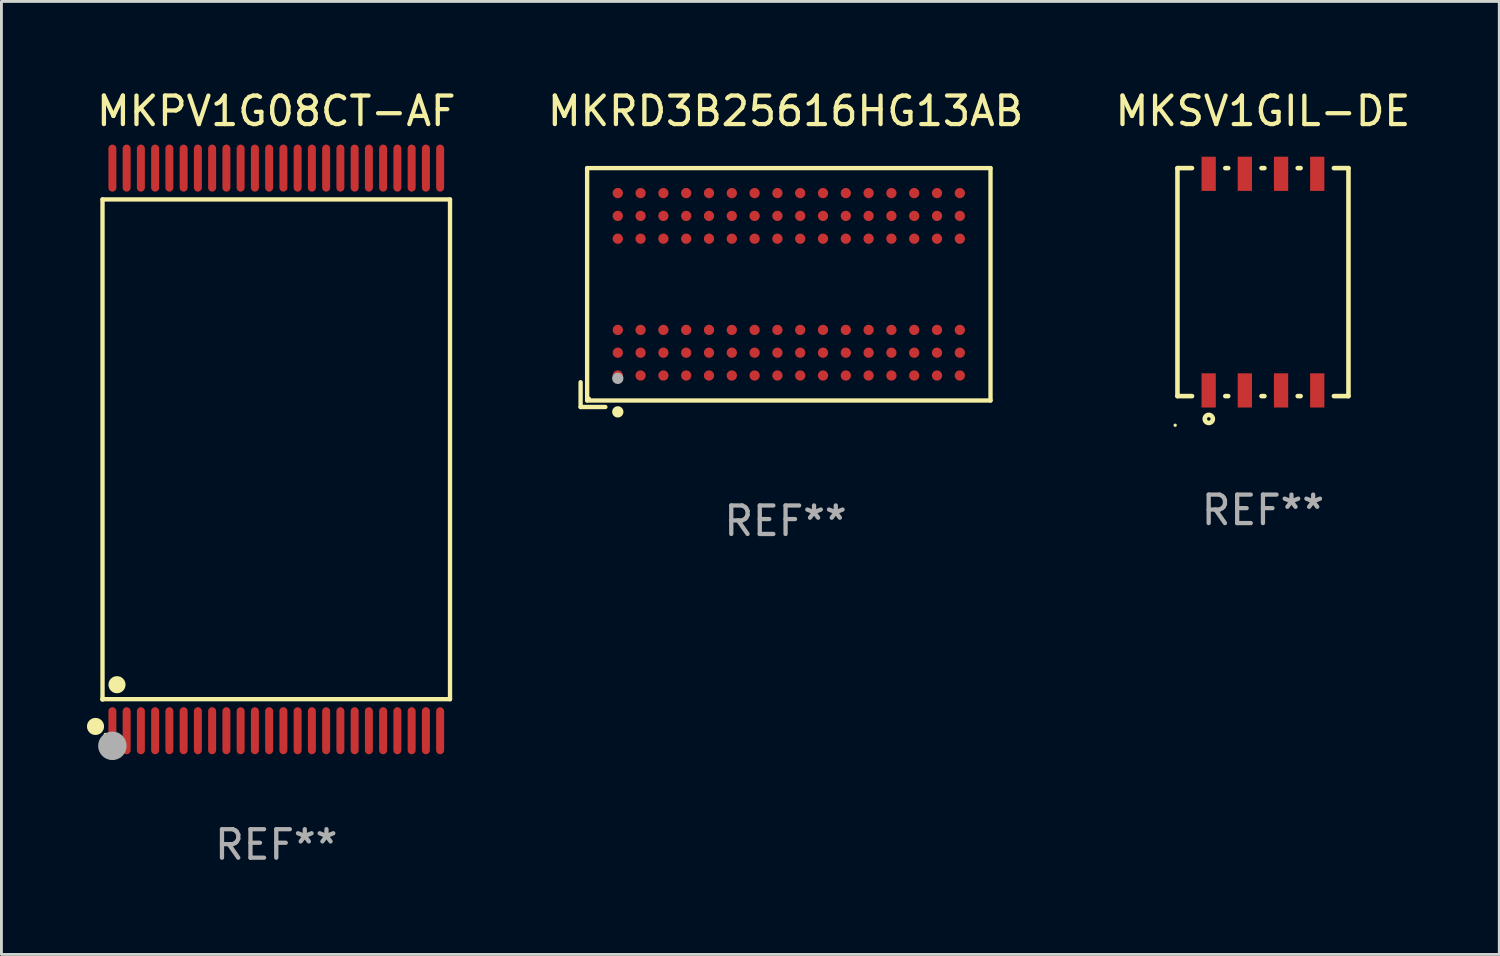
<source format=kicad_pcb>
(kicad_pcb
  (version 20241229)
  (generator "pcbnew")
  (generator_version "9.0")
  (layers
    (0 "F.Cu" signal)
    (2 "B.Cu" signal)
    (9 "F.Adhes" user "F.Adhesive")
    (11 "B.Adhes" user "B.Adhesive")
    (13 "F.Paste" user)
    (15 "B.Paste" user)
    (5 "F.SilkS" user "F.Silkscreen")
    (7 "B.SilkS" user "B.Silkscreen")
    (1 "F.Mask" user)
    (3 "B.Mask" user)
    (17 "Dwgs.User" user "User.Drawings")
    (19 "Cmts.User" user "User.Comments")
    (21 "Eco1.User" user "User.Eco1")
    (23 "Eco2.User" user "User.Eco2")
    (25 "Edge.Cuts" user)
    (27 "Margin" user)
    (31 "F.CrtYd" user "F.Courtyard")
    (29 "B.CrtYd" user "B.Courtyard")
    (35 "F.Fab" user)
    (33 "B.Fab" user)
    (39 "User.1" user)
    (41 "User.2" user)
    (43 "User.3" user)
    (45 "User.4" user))
  (footprint "MKRD3B25616HG13AB"
    (layer "F.Cu")
    (at 24.512 7.039)
    (property "Reference" "MKRD3B25616HG13AB" (at 0 -6.191 0) (layer "F.SilkS") (effects (font (size 1 1) (thickness 0.15))))
    (attr through_hole)
    (fp_line (start -7.191 3.322) (end -7.191 4.191) (stroke (width 0.152) (type solid)) (layer "F.SilkS"))
    (fp_line (start -7.191 4.191) (end -6.322 4.191) (stroke (width 0.152) (type solid)) (layer "F.SilkS"))
    (fp_line (start -6.962 -4.191) (end 7.191 -4.191) (stroke (width 0.152) (type solid)) (layer "F.SilkS"))
    (fp_line (start -6.962 3.962) (end -6.962 -4.191) (stroke (width 0.152) (type solid)) (layer "F.SilkS"))
    (fp_line (start 7.191 -4.191) (end 7.191 3.962) (stroke (width 0.152) (type solid)) (layer "F.SilkS"))
    (fp_line (start 7.191 3.962) (end -6.962 3.962) (stroke (width 0.152) (type solid)) (layer "F.SilkS"))
    (fp_circle (center -6.886 3.886) (end -6.856 3.886) (stroke (width 0.06) (type solid)) (fill no) (layer "F.SilkS"))
    (fp_circle (center -5.886 4.362) (end -5.786 4.362) (stroke (width 0.2) (type solid)) (fill no) (layer "F.SilkS"))
    (fp_circle (center -5.886 3.186) (end -5.786 3.186) (stroke (width 0.2) (type solid)) (fill no) (layer "F.Fab"))
    (fp_text user "REF**" (at 0 8.191 0) (layer "F.Fab") (effects (font (size 1 1) (thickness 0.15))))
    (pad "A1" smd circle (at -5.886 3.086) (size 0.36 0.36) (layers "F.Cu" "F.Mask" "F.Paste"))
    (pad "A2" smd circle (at -5.886 2.286) (size 0.36 0.36) (layers "F.Cu" "F.Mask" "F.Paste"))
    (pad "A3" smd circle (at -5.886 1.486) (size 0.36 0.36) (layers "F.Cu" "F.Mask" "F.Paste"))
    (pad "A7" smd circle (at -5.886 -1.714) (size 0.36 0.36) (layers "F.Cu" "F.Mask" "F.Paste"))
    (pad "A8" smd circle (at -5.886 -2.514) (size 0.36 0.36) (layers "F.Cu" "F.Mask" "F.Paste"))
    (pad "A9" smd circle (at -5.886 -3.314) (size 0.36 0.36) (layers "F.Cu" "F.Mask" "F.Paste"))
    (pad "B1" smd circle (at -5.086 3.086) (size 0.36 0.36) (layers "F.Cu" "F.Mask" "F.Paste"))
    (pad "B2" smd circle (at -5.086 2.286) (size 0.36 0.36) (layers "F.Cu" "F.Mask" "F.Paste"))
    (pad "B3" smd circle (at -5.086 1.486) (size 0.36 0.36) (layers "F.Cu" "F.Mask" "F.Paste"))
    (pad "B7" smd circle (at -5.086 -1.714) (size 0.36 0.36) (layers "F.Cu" "F.Mask" "F.Paste"))
    (pad "B8" smd circle (at -5.086 -2.514) (size 0.36 0.36) (layers "F.Cu" "F.Mask" "F.Paste"))
    (pad "B9" smd circle (at -5.086 -3.314) (size 0.36 0.36) (layers "F.Cu" "F.Mask" "F.Paste"))
    (pad "C1" smd circle (at -4.286 3.086) (size 0.36 0.36) (layers "F.Cu" "F.Mask" "F.Paste"))
    (pad "C2" smd circle (at -4.286 2.286) (size 0.36 0.36) (layers "F.Cu" "F.Mask" "F.Paste"))
    (pad "C3" smd circle (at -4.286 1.486) (size 0.36 0.36) (layers "F.Cu" "F.Mask" "F.Paste"))
    (pad "C7" smd circle (at -4.286 -1.714) (size 0.36 0.36) (layers "F.Cu" "F.Mask" "F.Paste"))
    (pad "C8" smd circle (at -4.286 -2.514) (size 0.36 0.36) (layers "F.Cu" "F.Mask" "F.Paste"))
    (pad "C9" smd circle (at -4.286 -3.314) (size 0.36 0.36) (layers "F.Cu" "F.Mask" "F.Paste"))
    (pad "D1" smd circle (at -3.486 3.086) (size 0.36 0.36) (layers "F.Cu" "F.Mask" "F.Paste"))
    (pad "D2" smd circle (at -3.486 2.286) (size 0.36 0.36) (layers "F.Cu" "F.Mask" "F.Paste"))
    (pad "D3" smd circle (at -3.486 1.486) (size 0.36 0.36) (layers "F.Cu" "F.Mask" "F.Paste"))
    (pad "D7" smd circle (at -3.486 -1.714) (size 0.36 0.36) (layers "F.Cu" "F.Mask" "F.Paste"))
    (pad "D8" smd circle (at -3.486 -2.514) (size 0.36 0.36) (layers "F.Cu" "F.Mask" "F.Paste"))
    (pad "D9" smd circle (at -3.486 -3.314) (size 0.36 0.36) (layers "F.Cu" "F.Mask" "F.Paste"))
    (pad "E1" smd circle (at -2.686 3.086) (size 0.36 0.36) (layers "F.Cu" "F.Mask" "F.Paste"))
    (pad "E2" smd circle (at -2.686 2.286) (size 0.36 0.36) (layers "F.Cu" "F.Mask" "F.Paste"))
    (pad "E3" smd circle (at -2.686 1.486) (size 0.36 0.36) (layers "F.Cu" "F.Mask" "F.Paste"))
    (pad "E7" smd circle (at -2.686 -1.714) (size 0.36 0.36) (layers "F.Cu" "F.Mask" "F.Paste"))
    (pad "E8" smd circle (at -2.686 -2.514) (size 0.36 0.36) (layers "F.Cu" "F.Mask" "F.Paste"))
    (pad "E9" smd circle (at -2.686 -3.314) (size 0.36 0.36) (layers "F.Cu" "F.Mask" "F.Paste"))
    (pad "F1" smd circle (at -1.886 3.086) (size 0.36 0.36) (layers "F.Cu" "F.Mask" "F.Paste"))
    (pad "F2" smd circle (at -1.886 2.286) (size 0.36 0.36) (layers "F.Cu" "F.Mask" "F.Paste"))
    (pad "F3" smd circle (at -1.886 1.486) (size 0.36 0.36) (layers "F.Cu" "F.Mask" "F.Paste"))
    (pad "F7" smd circle (at -1.886 -1.714) (size 0.36 0.36) (layers "F.Cu" "F.Mask" "F.Paste"))
    (pad "F8" smd circle (at -1.886 -2.514) (size 0.36 0.36) (layers "F.Cu" "F.Mask" "F.Paste"))
    (pad "F9" smd circle (at -1.886 -3.314) (size 0.36 0.36) (layers "F.Cu" "F.Mask" "F.Paste"))
    (pad "G1" smd circle (at -1.086 3.086) (size 0.36 0.36) (layers "F.Cu" "F.Mask" "F.Paste"))
    (pad "G2" smd circle (at -1.086 2.286) (size 0.36 0.36) (layers "F.Cu" "F.Mask" "F.Paste"))
    (pad "G3" smd circle (at -1.086 1.486) (size 0.36 0.36) (layers "F.Cu" "F.Mask" "F.Paste"))
    (pad "G7" smd circle (at -1.086 -1.714) (size 0.36 0.36) (layers "F.Cu" "F.Mask" "F.Paste"))
    (pad "G8" smd circle (at -1.086 -2.514) (size 0.36 0.36) (layers "F.Cu" "F.Mask" "F.Paste"))
    (pad "G9" smd circle (at -1.086 -3.314) (size 0.36 0.36) (layers "F.Cu" "F.Mask" "F.Paste"))
    (pad "H1" smd circle (at -0.286 3.086) (size 0.36 0.36) (layers "F.Cu" "F.Mask" "F.Paste"))
    (pad "H2" smd circle (at -0.286 2.286) (size 0.36 0.36) (layers "F.Cu" "F.Mask" "F.Paste"))
    (pad "H3" smd circle (at -0.286 1.486) (size 0.36 0.36) (layers "F.Cu" "F.Mask" "F.Paste"))
    (pad "H7" smd circle (at -0.286 -1.714) (size 0.36 0.36) (layers "F.Cu" "F.Mask" "F.Paste"))
    (pad "H8" smd circle (at -0.286 -2.514) (size 0.36 0.36) (layers "F.Cu" "F.Mask" "F.Paste"))
    (pad "H9" smd circle (at -0.286 -3.314) (size 0.36 0.36) (layers "F.Cu" "F.Mask" "F.Paste"))
    (pad "J1" smd circle (at 0.514 3.086) (size 0.36 0.36) (layers "F.Cu" "F.Mask" "F.Paste"))
    (pad "J2" smd circle (at 0.514 2.286) (size 0.36 0.36) (layers "F.Cu" "F.Mask" "F.Paste"))
    (pad "J3" smd circle (at 0.514 1.486) (size 0.36 0.36) (layers "F.Cu" "F.Mask" "F.Paste"))
    (pad "J7" smd circle (at 0.514 -1.714) (size 0.36 0.36) (layers "F.Cu" "F.Mask" "F.Paste"))
    (pad "J8" smd circle (at 0.514 -2.514) (size 0.36 0.36) (layers "F.Cu" "F.Mask" "F.Paste"))
    (pad "J9" smd circle (at 0.514 -3.314) (size 0.36 0.36) (layers "F.Cu" "F.Mask" "F.Paste"))
    (pad "K1" smd circle (at 1.314 3.086) (size 0.36 0.36) (layers "F.Cu" "F.Mask" "F.Paste"))
    (pad "K2" smd circle (at 1.314 2.286) (size 0.36 0.36) (layers "F.Cu" "F.Mask" "F.Paste"))
    (pad "K3" smd circle (at 1.314 1.486) (size 0.36 0.36) (layers "F.Cu" "F.Mask" "F.Paste"))
    (pad "K7" smd circle (at 1.314 -1.714) (size 0.36 0.36) (layers "F.Cu" "F.Mask" "F.Paste"))
    (pad "K8" smd circle (at 1.314 -2.514) (size 0.36 0.36) (layers "F.Cu" "F.Mask" "F.Paste"))
    (pad "K9" smd circle (at 1.314 -3.314) (size 0.36 0.36) (layers "F.Cu" "F.Mask" "F.Paste"))
    (pad "L1" smd circle (at 2.114 3.086) (size 0.36 0.36) (layers "F.Cu" "F.Mask" "F.Paste"))
    (pad "L2" smd circle (at 2.114 2.286) (size 0.36 0.36) (layers "F.Cu" "F.Mask" "F.Paste"))
    (pad "L3" smd circle (at 2.114 1.486) (size 0.36 0.36) (layers "F.Cu" "F.Mask" "F.Paste"))
    (pad "L7" smd circle (at 2.114 -1.714) (size 0.36 0.36) (layers "F.Cu" "F.Mask" "F.Paste"))
    (pad "L8" smd circle (at 2.114 -2.514) (size 0.36 0.36) (layers "F.Cu" "F.Mask" "F.Paste"))
    (pad "L9" smd circle (at 2.114 -3.314) (size 0.36 0.36) (layers "F.Cu" "F.Mask" "F.Paste"))
    (pad "M1" smd circle (at 2.914 3.086) (size 0.36 0.36) (layers "F.Cu" "F.Mask" "F.Paste"))
    (pad "M2" smd circle (at 2.914 2.286) (size 0.36 0.36) (layers "F.Cu" "F.Mask" "F.Paste"))
    (pad "M3" smd circle (at 2.914 1.486) (size 0.36 0.36) (layers "F.Cu" "F.Mask" "F.Paste"))
    (pad "M7" smd circle (at 2.914 -1.714) (size 0.36 0.36) (layers "F.Cu" "F.Mask" "F.Paste"))
    (pad "M8" smd circle (at 2.914 -2.514) (size 0.36 0.36) (layers "F.Cu" "F.Mask" "F.Paste"))
    (pad "M9" smd circle (at 2.914 -3.314) (size 0.36 0.36) (layers "F.Cu" "F.Mask" "F.Paste"))
    (pad "N1" smd circle (at 3.714 3.086) (size 0.36 0.36) (layers "F.Cu" "F.Mask" "F.Paste"))
    (pad "N2" smd circle (at 3.714 2.286) (size 0.36 0.36) (layers "F.Cu" "F.Mask" "F.Paste"))
    (pad "N3" smd circle (at 3.714 1.486) (size 0.36 0.36) (layers "F.Cu" "F.Mask" "F.Paste"))
    (pad "N7" smd circle (at 3.714 -1.714) (size 0.36 0.36) (layers "F.Cu" "F.Mask" "F.Paste"))
    (pad "N8" smd circle (at 3.714 -2.514) (size 0.36 0.36) (layers "F.Cu" "F.Mask" "F.Paste"))
    (pad "N9" smd circle (at 3.714 -3.314) (size 0.36 0.36) (layers "F.Cu" "F.Mask" "F.Paste"))
    (pad "P1" smd circle (at 4.514 3.086) (size 0.36 0.36) (layers "F.Cu" "F.Mask" "F.Paste"))
    (pad "P2" smd circle (at 4.514 2.286) (size 0.36 0.36) (layers "F.Cu" "F.Mask" "F.Paste"))
    (pad "P3" smd circle (at 4.514 1.486) (size 0.36 0.36) (layers "F.Cu" "F.Mask" "F.Paste"))
    (pad "P7" smd circle (at 4.514 -1.714) (size 0.36 0.36) (layers "F.Cu" "F.Mask" "F.Paste"))
    (pad "P8" smd circle (at 4.514 -2.514) (size 0.36 0.36) (layers "F.Cu" "F.Mask" "F.Paste"))
    (pad "P9" smd circle (at 4.514 -3.314) (size 0.36 0.36) (layers "F.Cu" "F.Mask" "F.Paste"))
    (pad "R1" smd circle (at 5.314 3.086) (size 0.36 0.36) (layers "F.Cu" "F.Mask" "F.Paste"))
    (pad "R2" smd circle (at 5.314 2.286) (size 0.36 0.36) (layers "F.Cu" "F.Mask" "F.Paste"))
    (pad "R3" smd circle (at 5.314 1.486) (size 0.36 0.36) (layers "F.Cu" "F.Mask" "F.Paste"))
    (pad "R7" smd circle (at 5.314 -1.714) (size 0.36 0.36) (layers "F.Cu" "F.Mask" "F.Paste"))
    (pad "R8" smd circle (at 5.314 -2.514) (size 0.36 0.36) (layers "F.Cu" "F.Mask" "F.Paste"))
    (pad "R9" smd circle (at 5.314 -3.314) (size 0.36 0.36) (layers "F.Cu" "F.Mask" "F.Paste"))
    (pad "T1" smd circle (at 6.114 3.086) (size 0.36 0.36) (layers "F.Cu" "F.Mask" "F.Paste"))
    (pad "T2" smd circle (at 6.114 2.286) (size 0.36 0.36) (layers "F.Cu" "F.Mask" "F.Paste"))
    (pad "T3" smd circle (at 6.114 1.486) (size 0.36 0.36) (layers "F.Cu" "F.Mask" "F.Paste"))
    (pad "T7" smd circle (at 6.114 -1.714) (size 0.36 0.36) (layers "F.Cu" "F.Mask" "F.Paste"))
    (pad "T8" smd circle (at 6.114 -2.514) (size 0.36 0.36) (layers "F.Cu" "F.Mask" "F.Paste"))
    (pad "T9" smd circle (at 6.114 -3.314) (size 0.36 0.36) (layers "F.Cu" "F.Mask" "F.Paste")))
  (footprint "MKSV1GIL-DE"
    (layer "F.Cu")
    (at 41.262 6.848)
    (property "Reference" "MKSV1GIL-DE" (at 0 -6 0) (layer "F.SilkS") (effects (font (size 1 1) (thickness 0.15))))
    (attr through_hole)
    (fp_line (start -3 -4) (end -2.489 -4) (stroke (width 0.16) (type solid)) (layer "F.SilkS"))
    (fp_line (start -3 4) (end -3 -4) (stroke (width 0.16) (type solid)) (layer "F.SilkS"))
    (fp_line (start -3 4) (end -2.489 4) (stroke (width 0.16) (type solid)) (layer "F.SilkS"))
    (fp_line (start -1.321 -4) (end -1.219 -4) (stroke (width 0.16) (type solid)) (layer "F.SilkS"))
    (fp_line (start -1.321 4) (end -1.219 4) (stroke (width 0.16) (type solid)) (layer "F.SilkS"))
    (fp_line (start -0.051 -4) (end 0.051 -4) (stroke (width 0.16) (type solid)) (layer "F.SilkS"))
    (fp_line (start -0.051 4) (end 0.051 4) (stroke (width 0.16) (type solid)) (layer "F.SilkS"))
    (fp_line (start 1.219 -4) (end 1.321 -4) (stroke (width 0.16) (type solid)) (layer "F.SilkS"))
    (fp_line (start 1.219 4) (end 1.321 4) (stroke (width 0.16) (type solid)) (layer "F.SilkS"))
    (fp_line (start 2.489 -4) (end 3 -4) (stroke (width 0.16) (type solid)) (layer "F.SilkS"))
    (fp_line (start 2.489 4) (end 3 4) (stroke (width 0.16) (type solid)) (layer "F.SilkS"))
    (fp_line (start 3 4) (end 3 -4) (stroke (width 0.16) (type solid)) (layer "F.SilkS"))
    (fp_circle (center -3.08 5.022) (end -3.05 5.022) (stroke (width 0.06) (type solid)) (fill no) (layer "F.SilkS"))
    (fp_circle (center -1.9 4.8) (end -1.758 4.8) (stroke (width 0.16) (type solid)) (fill no) (layer "F.SilkS"))
    (fp_text user "REF**" (at 0 8 0) (layer "F.Fab") (effects (font (size 1 1) (thickness 0.15))))
    (pad "1" smd rect (at -1.905 3.8 90) (size 1.2 0.5) (layers "F.Cu" "F.Mask" "F.Paste"))
    (pad "2" smd rect (at -0.635 3.8 90) (size 1.2 0.5) (layers "F.Cu" "F.Mask" "F.Paste"))
    (pad "3" smd rect (at 0.635 3.8 90) (size 1.2 0.5) (layers "F.Cu" "F.Mask" "F.Paste"))
    (pad "4" smd rect (at 1.905 3.8 90) (size 1.2 0.5) (layers "F.Cu" "F.Mask" "F.Paste"))
    (pad "5" smd rect (at 1.905 -3.8 90) (size 1.2 0.5) (layers "F.Cu" "F.Mask" "F.Paste"))
    (pad "6" smd rect (at 0.635 -3.8 90) (size 1.2 0.5) (layers "F.Cu" "F.Mask" "F.Paste"))
    (pad "7" smd rect (at -0.635 -3.8 90) (size 1.2 0.5) (layers "F.Cu" "F.Mask" "F.Paste"))
    (pad "8" smd rect (at -1.905 -3.8 90) (size 1.2 0.5) (layers "F.Cu" "F.Mask" "F.Paste")))
  (footprint "MKPV1G08CT-AF"
    (layer "F.Cu")
    (at 6.643 12.718)
    (property "Reference" "MKPV1G08CT-AF" (at 0 -11.87 0) (layer "F.SilkS") (effects (font (size 1 1) (thickness 0.15))))
    (attr through_hole)
    (fp_line (start -6.096 -8.771) (end 6.096 -8.771) (stroke (width 0.152) (type solid)) (layer "F.SilkS"))
    (fp_line (start -6.096 8.763) (end -6.096 8.771) (stroke (width 0.152) (type solid)) (layer "F.SilkS"))
    (fp_line (start -6.096 8.771) (end -6.096 -8.771) (stroke (width 0.152) (type solid)) (layer "F.SilkS"))
    (fp_line (start 6.096 -8.771) (end 6.096 8.763) (stroke (width 0.152) (type solid)) (layer "F.SilkS"))
    (fp_line (start 6.096 8.763) (end -6.096 8.763) (stroke (width 0.152) (type solid)) (layer "F.SilkS"))
    (fp_circle (center -6.342 9.72) (end -6.192 9.72) (stroke (width 0.3) (type solid)) (fill no) (layer "F.SilkS"))
    (fp_circle (center -6 10) (end -5.97 10) (stroke (width 0.06) (type solid)) (fill no) (layer "F.SilkS"))
    (fp_circle (center -5.588 8.255) (end -5.438 8.255) (stroke (width 0.3) (type solid)) (fill no) (layer "F.SilkS"))
    (fp_circle (center -5.75 10.4) (end -5.5 10.4) (stroke (width 0.5) (type solid)) (fill no) (layer "F.Fab"))
    (fp_text user "REF**" (at 0 13.87 0) (layer "F.Fab") (effects (font (size 1 1) (thickness 0.15))))
    (pad "1" smd oval (at -5.75 9.87) (size 0.28 1.65) (layers "F.Cu" "F.Mask" "F.Paste"))
    (pad "2" smd oval (at -5.25 9.87) (size 0.28 1.65) (layers "F.Cu" "F.Mask" "F.Paste"))
    (pad "3" smd oval (at -4.75 9.87) (size 0.28 1.65) (layers "F.Cu" "F.Mask" "F.Paste"))
    (pad "4" smd oval (at -4.25 9.87) (size 0.28 1.65) (layers "F.Cu" "F.Mask" "F.Paste"))
    (pad "5" smd oval (at -3.75 9.87) (size 0.28 1.65) (layers "F.Cu" "F.Mask" "F.Paste"))
    (pad "6" smd oval (at -3.25 9.87) (size 0.28 1.65) (layers "F.Cu" "F.Mask" "F.Paste"))
    (pad "7" smd oval (at -2.75 9.87) (size 0.28 1.65) (layers "F.Cu" "F.Mask" "F.Paste"))
    (pad "8" smd oval (at -2.25 9.87) (size 0.28 1.65) (layers "F.Cu" "F.Mask" "F.Paste"))
    (pad "9" smd oval (at -1.75 9.87) (size 0.28 1.65) (layers "F.Cu" "F.Mask" "F.Paste"))
    (pad "10" smd oval (at -1.25 9.87) (size 0.28 1.65) (layers "F.Cu" "F.Mask" "F.Paste"))
    (pad "11" smd oval (at -0.75 9.87) (size 0.28 1.65) (layers "F.Cu" "F.Mask" "F.Paste"))
    (pad "12" smd oval (at -0.25 9.87) (size 0.28 1.65) (layers "F.Cu" "F.Mask" "F.Paste"))
    (pad "13" smd oval (at 0.25 9.87) (size 0.28 1.65) (layers "F.Cu" "F.Mask" "F.Paste"))
    (pad "14" smd oval (at 0.75 9.87) (size 0.28 1.65) (layers "F.Cu" "F.Mask" "F.Paste"))
    (pad "15" smd oval (at 1.25 9.87) (size 0.28 1.65) (layers "F.Cu" "F.Mask" "F.Paste"))
    (pad "16" smd oval (at 1.75 9.87) (size 0.28 1.65) (layers "F.Cu" "F.Mask" "F.Paste"))
    (pad "17" smd oval (at 2.25 9.87) (size 0.28 1.65) (layers "F.Cu" "F.Mask" "F.Paste"))
    (pad "18" smd oval (at 2.75 9.87) (size 0.28 1.65) (layers "F.Cu" "F.Mask" "F.Paste"))
    (pad "19" smd oval (at 3.25 9.87) (size 0.28 1.65) (layers "F.Cu" "F.Mask" "F.Paste"))
    (pad "20" smd oval (at 3.75 9.87) (size 0.28 1.65) (layers "F.Cu" "F.Mask" "F.Paste"))
    (pad "21" smd oval (at 4.25 9.87) (size 0.28 1.65) (layers "F.Cu" "F.Mask" "F.Paste"))
    (pad "22" smd oval (at 4.75 9.87) (size 0.28 1.65) (layers "F.Cu" "F.Mask" "F.Paste"))
    (pad "23" smd oval (at 5.25 9.87) (size 0.28 1.65) (layers "F.Cu" "F.Mask" "F.Paste"))
    (pad "24" smd oval (at 5.75 9.87) (size 0.28 1.65) (layers "F.Cu" "F.Mask" "F.Paste"))
    (pad "25" smd oval (at 5.75 -9.87) (size 0.28 1.65) (layers "F.Cu" "F.Mask" "F.Paste"))
    (pad "26" smd oval (at 5.25 -9.87) (size 0.28 1.65) (layers "F.Cu" "F.Mask" "F.Paste"))
    (pad "27" smd oval (at 4.75 -9.87) (size 0.28 1.65) (layers "F.Cu" "F.Mask" "F.Paste"))
    (pad "28" smd oval (at 4.25 -9.87) (size 0.28 1.65) (layers "F.Cu" "F.Mask" "F.Paste"))
    (pad "29" smd oval (at 3.75 -9.87) (size 0.28 1.65) (layers "F.Cu" "F.Mask" "F.Paste"))
    (pad "30" smd oval (at 3.25 -9.87) (size 0.28 1.65) (layers "F.Cu" "F.Mask" "F.Paste"))
    (pad "31" smd oval (at 2.75 -9.87) (size 0.28 1.65) (layers "F.Cu" "F.Mask" "F.Paste"))
    (pad "32" smd oval (at 2.25 -9.87) (size 0.28 1.65) (layers "F.Cu" "F.Mask" "F.Paste"))
    (pad "33" smd oval (at 1.75 -9.87) (size 0.28 1.65) (layers "F.Cu" "F.Mask" "F.Paste"))
    (pad "34" smd oval (at 1.25 -9.87) (size 0.28 1.65) (layers "F.Cu" "F.Mask" "F.Paste"))
    (pad "35" smd oval (at 0.75 -9.87) (size 0.28 1.65) (layers "F.Cu" "F.Mask" "F.Paste"))
    (pad "36" smd oval (at 0.25 -9.87) (size 0.28 1.65) (layers "F.Cu" "F.Mask" "F.Paste"))
    (pad "37" smd oval (at -0.25 -9.87) (size 0.28 1.65) (layers "F.Cu" "F.Mask" "F.Paste"))
    (pad "38" smd oval (at -0.75 -9.87) (size 0.28 1.65) (layers "F.Cu" "F.Mask" "F.Paste"))
    (pad "39" smd oval (at -1.25 -9.87) (size 0.28 1.65) (layers "F.Cu" "F.Mask" "F.Paste"))
    (pad "40" smd oval (at -1.75 -9.87) (size 0.28 1.65) (layers "F.Cu" "F.Mask" "F.Paste"))
    (pad "41" smd oval (at -2.25 -9.87) (size 0.28 1.65) (layers "F.Cu" "F.Mask" "F.Paste"))
    (pad "42" smd oval (at -2.75 -9.87) (size 0.28 1.65) (layers "F.Cu" "F.Mask" "F.Paste"))
    (pad "43" smd oval (at -3.25 -9.87) (size 0.28 1.65) (layers "F.Cu" "F.Mask" "F.Paste"))
    (pad "44" smd oval (at -3.75 -9.87) (size 0.28 1.65) (layers "F.Cu" "F.Mask" "F.Paste"))
    (pad "45" smd oval (at -4.25 -9.87) (size 0.28 1.65) (layers "F.Cu" "F.Mask" "F.Paste"))
    (pad "46" smd oval (at -4.75 -9.87) (size 0.28 1.65) (layers "F.Cu" "F.Mask" "F.Paste"))
    (pad "47" smd oval (at -5.25 -9.87) (size 0.28 1.65) (layers "F.Cu" "F.Mask" "F.Paste"))
    (pad "48" smd oval (at -5.75 -9.87) (size 0.28 1.65) (layers "F.Cu" "F.Mask" "F.Paste")))
  (gr_rect
    (start -3 -3)
    (end 49.553 30.437)
    (stroke (width 0.1) (type default))
    (fill no)
    (layer "Edge.Cuts")))
</source>
